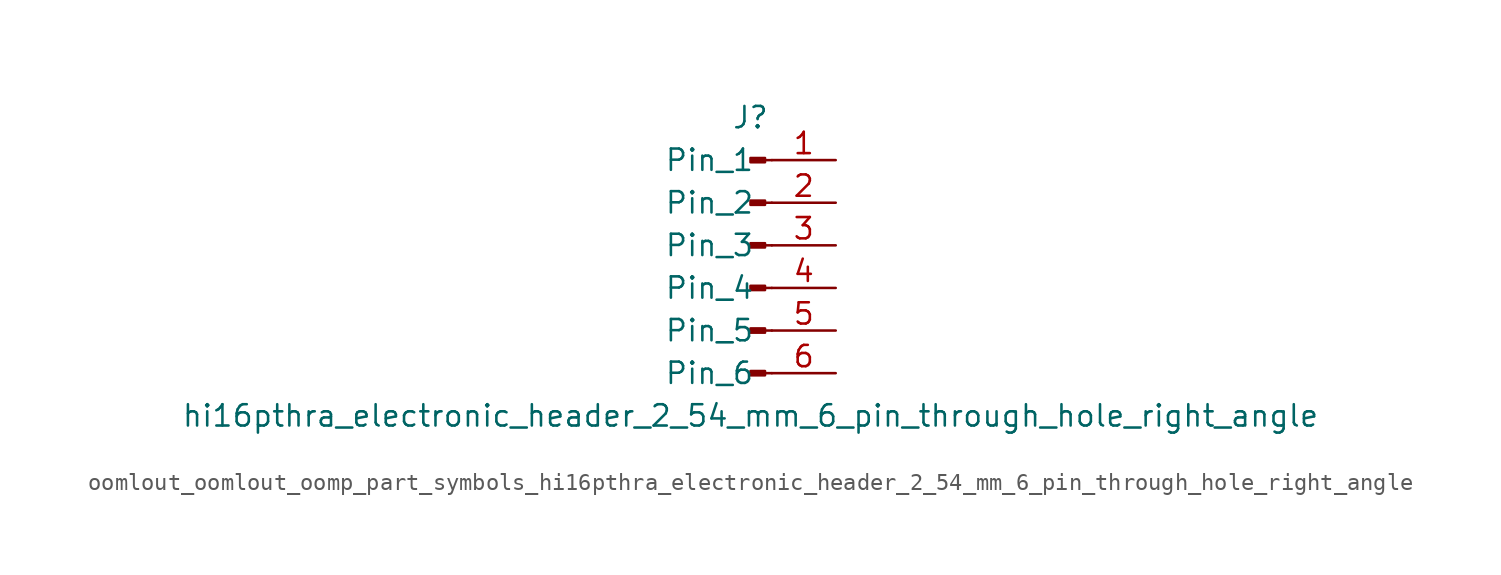
<source format=kicad_sym>
(kicad_symbol_lib
  (version 20220914)
  (generator kicad_symbol_editor)
  (symbol "oomlout_oomlout_oomp_part_symbols_hi16pthra_electronic_header_2_54_mm_6_pin_through_hole_right_angle"
    (pin_names
      (offset 1.016))
    (property "Reference" "J"
      (at 0 7.62 0)
      (effects (font (size 1.27 1.27))))
    (property "Value" "hi16pthra_electronic_header_2_54_mm_6_pin_through_hole_right_angle"
      (at 0 -10.16 0)
      (effects (font (size 1.27 1.27))))
    (property "ki_locked" ""
      (at 0 0 0)
      (effects (font (size 1.27 1.27))))
    (symbol "oomlout_oomlout_oomp_part_symbols_hi16pthra_electronic_header_2_54_mm_6_pin_through_hole_right_angle_1_1"
      (polyline (pts (xy 1.27 -7.62) (xy 0.864 -7.62)) (stroke (width 0.152) (type default)) (fill (type none)))
      (polyline (pts (xy 1.27 -5.08) (xy 0.864 -5.08)) (stroke (width 0.152) (type default)) (fill (type none)))
      (polyline (pts (xy 1.27 -2.54) (xy 0.864 -2.54)) (stroke (width 0.152) (type default)) (fill (type none)))
      (polyline (pts (xy 1.27 0) (xy 0.864 0)) (stroke (width 0.152) (type default)) (fill (type none)))
      (polyline (pts (xy 1.27 2.54) (xy 0.864 2.54)) (stroke (width 0.152) (type default)) (fill (type none)))
      (polyline (pts (xy 1.27 5.08) (xy 0.864 5.08)) (stroke (width 0.152) (type default)) (fill (type none)))
      (rectangle (start 0.864 -7.493) (end 0 -7.747) (stroke (width 0.152) (type default)) (fill (type outline)))
      (rectangle (start 0.864 -4.953) (end 0 -5.207) (stroke (width 0.152) (type default)) (fill (type outline)))
      (rectangle (start 0.864 -2.413) (end 0 -2.667) (stroke (width 0.152) (type default)) (fill (type outline)))
      (rectangle (start 0.864 0.127) (end 0 -0.127) (stroke (width 0.152) (type default)) (fill (type outline)))
      (rectangle (start 0.864 2.667) (end 0 2.413) (stroke (width 0.152) (type default)) (fill (type outline)))
      (rectangle (start 0.864 5.207) (end 0 4.953) (stroke (width 0.152) (type default)) (fill (type outline)))
      (pin passive line (at 5.08 5.08 180) (length 3.81) (name "Pin_1" (effects (font (size 1.27 1.27)))) (number "1" (effects (font (size 1.27 1.27)))))
      (pin passive line (at 5.08 2.54 180) (length 3.81) (name "Pin_2" (effects (font (size 1.27 1.27)))) (number "2" (effects (font (size 1.27 1.27)))))
      (pin passive line (at 5.08 0 180) (length 3.81) (name "Pin_3" (effects (font (size 1.27 1.27)))) (number "3" (effects (font (size 1.27 1.27)))))
      (pin passive line (at 5.08 -2.54 180) (length 3.81) (name "Pin_4" (effects (font (size 1.27 1.27)))) (number "4" (effects (font (size 1.27 1.27)))))
      (pin passive line (at 5.08 -5.08 180) (length 3.81) (name "Pin_5" (effects (font (size 1.27 1.27)))) (number "5" (effects (font (size 1.27 1.27)))))
      (pin passive line (at 5.08 -7.62 180) (length 3.81) (name "Pin_6" (effects (font (size 1.27 1.27)))) (number "6" (effects (font (size 1.27 1.27))))))))
</source>
